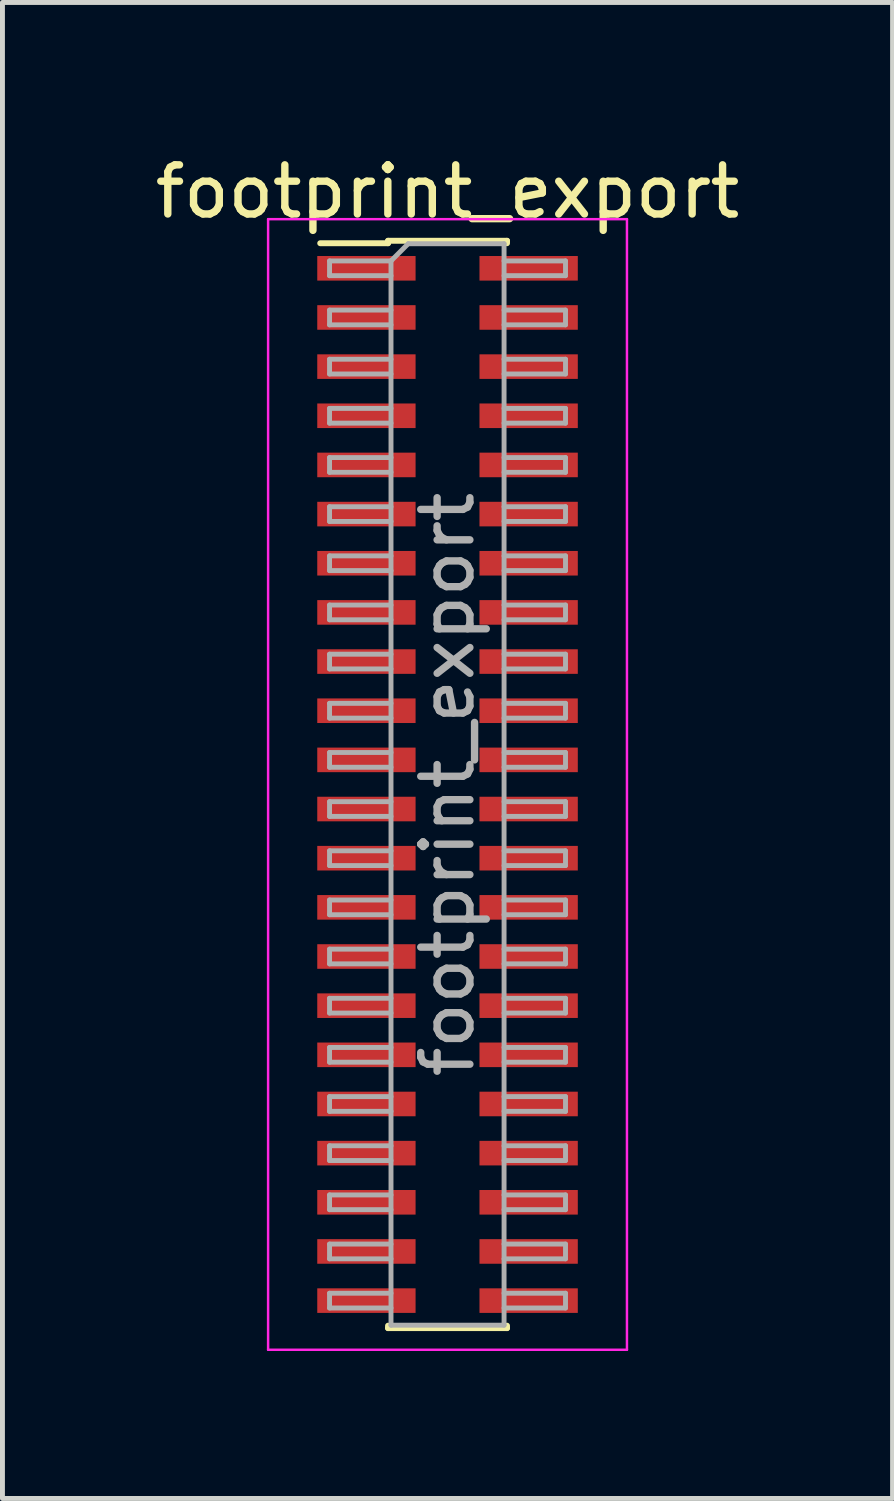
<source format=kicad_pcb>
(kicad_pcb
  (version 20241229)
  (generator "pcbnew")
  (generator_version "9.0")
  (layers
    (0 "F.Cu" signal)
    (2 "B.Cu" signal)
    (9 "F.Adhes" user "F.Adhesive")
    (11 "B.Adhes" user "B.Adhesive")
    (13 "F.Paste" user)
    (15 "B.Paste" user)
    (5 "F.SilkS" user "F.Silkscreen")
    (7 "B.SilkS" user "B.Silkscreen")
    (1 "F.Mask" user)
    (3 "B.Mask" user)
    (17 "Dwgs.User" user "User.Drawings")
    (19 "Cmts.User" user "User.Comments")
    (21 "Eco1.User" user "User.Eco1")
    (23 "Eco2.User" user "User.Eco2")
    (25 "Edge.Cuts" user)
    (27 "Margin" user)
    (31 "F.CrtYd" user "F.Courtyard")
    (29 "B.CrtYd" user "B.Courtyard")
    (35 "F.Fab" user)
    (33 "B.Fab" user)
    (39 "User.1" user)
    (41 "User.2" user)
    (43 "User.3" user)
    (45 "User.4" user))
  (footprint "footprint_export"
    (layer "F.Cu")
    (at 6.054 12.908)
    (property "Reference" "footprint_export" (at 0 -12.06 0) (layer "F.SilkS") (effects (font (size 1 1) (thickness 0.15))))
    (attr smd)
    (fp_line (start -2.59 -11.01) (end -1.21 -11.01) (stroke (width 0.12) (type solid)) (layer "F.SilkS"))
    (fp_line (start -1.21 -11.06) (end -1.21 -11.01) (stroke (width 0.12) (type solid)) (layer "F.SilkS"))
    (fp_line (start -1.21 -11.06) (end 1.21 -11.06) (stroke (width 0.12) (type solid)) (layer "F.SilkS"))
    (fp_line (start -1.21 11.01) (end -1.21 11.06) (stroke (width 0.12) (type solid)) (layer "F.SilkS"))
    (fp_line (start -1.21 11.06) (end 1.21 11.06) (stroke (width 0.12) (type solid)) (layer "F.SilkS"))
    (fp_line (start 1.21 -11.06) (end 1.21 -11.01) (stroke (width 0.12) (type solid)) (layer "F.SilkS"))
    (fp_line (start 1.21 11.01) (end 1.21 11.06) (stroke (width 0.12) (type solid)) (layer "F.SilkS"))
    (fp_line (start -3.65 -11.5) (end -3.65 11.5) (stroke (width 0.05) (type solid)) (layer "F.CrtYd"))
    (fp_line (start -3.65 11.5) (end 3.65 11.5) (stroke (width 0.05) (type solid)) (layer "F.CrtYd"))
    (fp_line (start 3.65 -11.5) (end -3.65 -11.5) (stroke (width 0.05) (type solid)) (layer "F.CrtYd"))
    (fp_line (start 3.65 11.5) (end 3.65 -11.5) (stroke (width 0.05) (type solid)) (layer "F.CrtYd"))
    (fp_line (start -2.4 -10.65) (end -2.4 -10.35) (stroke (width 0.1) (type solid)) (layer "F.Fab"))
    (fp_line (start -2.4 -10.35) (end -1.15 -10.35) (stroke (width 0.1) (type solid)) (layer "F.Fab"))
    (fp_line (start -2.4 -9.65) (end -2.4 -9.35) (stroke (width 0.1) (type solid)) (layer "F.Fab"))
    (fp_line (start -2.4 -9.35) (end -1.15 -9.35) (stroke (width 0.1) (type solid)) (layer "F.Fab"))
    (fp_line (start -2.4 -8.65) (end -2.4 -8.35) (stroke (width 0.1) (type solid)) (layer "F.Fab"))
    (fp_line (start -2.4 -8.35) (end -1.15 -8.35) (stroke (width 0.1) (type solid)) (layer "F.Fab"))
    (fp_line (start -2.4 -7.65) (end -2.4 -7.35) (stroke (width 0.1) (type solid)) (layer "F.Fab"))
    (fp_line (start -2.4 -7.35) (end -1.15 -7.35) (stroke (width 0.1) (type solid)) (layer "F.Fab"))
    (fp_line (start -2.4 -6.65) (end -2.4 -6.35) (stroke (width 0.1) (type solid)) (layer "F.Fab"))
    (fp_line (start -2.4 -6.35) (end -1.15 -6.35) (stroke (width 0.1) (type solid)) (layer "F.Fab"))
    (fp_line (start -2.4 -5.65) (end -2.4 -5.35) (stroke (width 0.1) (type solid)) (layer "F.Fab"))
    (fp_line (start -2.4 -5.35) (end -1.15 -5.35) (stroke (width 0.1) (type solid)) (layer "F.Fab"))
    (fp_line (start -2.4 -4.65) (end -2.4 -4.35) (stroke (width 0.1) (type solid)) (layer "F.Fab"))
    (fp_line (start -2.4 -4.35) (end -1.15 -4.35) (stroke (width 0.1) (type solid)) (layer "F.Fab"))
    (fp_line (start -2.4 -3.65) (end -2.4 -3.35) (stroke (width 0.1) (type solid)) (layer "F.Fab"))
    (fp_line (start -2.4 -3.35) (end -1.15 -3.35) (stroke (width 0.1) (type solid)) (layer "F.Fab"))
    (fp_line (start -2.4 -2.65) (end -2.4 -2.35) (stroke (width 0.1) (type solid)) (layer "F.Fab"))
    (fp_line (start -2.4 -2.35) (end -1.15 -2.35) (stroke (width 0.1) (type solid)) (layer "F.Fab"))
    (fp_line (start -2.4 -1.65) (end -2.4 -1.35) (stroke (width 0.1) (type solid)) (layer "F.Fab"))
    (fp_line (start -2.4 -1.35) (end -1.15 -1.35) (stroke (width 0.1) (type solid)) (layer "F.Fab"))
    (fp_line (start -2.4 -0.65) (end -2.4 -0.35) (stroke (width 0.1) (type solid)) (layer "F.Fab"))
    (fp_line (start -2.4 -0.35) (end -1.15 -0.35) (stroke (width 0.1) (type solid)) (layer "F.Fab"))
    (fp_line (start -2.4 0.35) (end -2.4 0.65) (stroke (width 0.1) (type solid)) (layer "F.Fab"))
    (fp_line (start -2.4 0.65) (end -1.15 0.65) (stroke (width 0.1) (type solid)) (layer "F.Fab"))
    (fp_line (start -2.4 1.35) (end -2.4 1.65) (stroke (width 0.1) (type solid)) (layer "F.Fab"))
    (fp_line (start -2.4 1.65) (end -1.15 1.65) (stroke (width 0.1) (type solid)) (layer "F.Fab"))
    (fp_line (start -2.4 2.35) (end -2.4 2.65) (stroke (width 0.1) (type solid)) (layer "F.Fab"))
    (fp_line (start -2.4 2.65) (end -1.15 2.65) (stroke (width 0.1) (type solid)) (layer "F.Fab"))
    (fp_line (start -2.4 3.35) (end -2.4 3.65) (stroke (width 0.1) (type solid)) (layer "F.Fab"))
    (fp_line (start -2.4 3.65) (end -1.15 3.65) (stroke (width 0.1) (type solid)) (layer "F.Fab"))
    (fp_line (start -2.4 4.35) (end -2.4 4.65) (stroke (width 0.1) (type solid)) (layer "F.Fab"))
    (fp_line (start -2.4 4.65) (end -1.15 4.65) (stroke (width 0.1) (type solid)) (layer "F.Fab"))
    (fp_line (start -2.4 5.35) (end -2.4 5.65) (stroke (width 0.1) (type solid)) (layer "F.Fab"))
    (fp_line (start -2.4 5.65) (end -1.15 5.65) (stroke (width 0.1) (type solid)) (layer "F.Fab"))
    (fp_line (start -2.4 6.35) (end -2.4 6.65) (stroke (width 0.1) (type solid)) (layer "F.Fab"))
    (fp_line (start -2.4 6.65) (end -1.15 6.65) (stroke (width 0.1) (type solid)) (layer "F.Fab"))
    (fp_line (start -2.4 7.35) (end -2.4 7.65) (stroke (width 0.1) (type solid)) (layer "F.Fab"))
    (fp_line (start -2.4 7.65) (end -1.15 7.65) (stroke (width 0.1) (type solid)) (layer "F.Fab"))
    (fp_line (start -2.4 8.35) (end -2.4 8.65) (stroke (width 0.1) (type solid)) (layer "F.Fab"))
    (fp_line (start -2.4 8.65) (end -1.15 8.65) (stroke (width 0.1) (type solid)) (layer "F.Fab"))
    (fp_line (start -2.4 9.35) (end -2.4 9.65) (stroke (width 0.1) (type solid)) (layer "F.Fab"))
    (fp_line (start -2.4 9.65) (end -1.15 9.65) (stroke (width 0.1) (type solid)) (layer "F.Fab"))
    (fp_line (start -2.4 10.35) (end -2.4 10.65) (stroke (width 0.1) (type solid)) (layer "F.Fab"))
    (fp_line (start -2.4 10.65) (end -1.15 10.65) (stroke (width 0.1) (type solid)) (layer "F.Fab"))
    (fp_line (start -1.15 -10.65) (end -2.4 -10.65) (stroke (width 0.1) (type solid)) (layer "F.Fab"))
    (fp_line (start -1.15 -10.65) (end -0.8 -11) (stroke (width 0.1) (type solid)) (layer "F.Fab"))
    (fp_line (start -1.15 -9.65) (end -2.4 -9.65) (stroke (width 0.1) (type solid)) (layer "F.Fab"))
    (fp_line (start -1.15 -8.65) (end -2.4 -8.65) (stroke (width 0.1) (type solid)) (layer "F.Fab"))
    (fp_line (start -1.15 -7.65) (end -2.4 -7.65) (stroke (width 0.1) (type solid)) (layer "F.Fab"))
    (fp_line (start -1.15 -6.65) (end -2.4 -6.65) (stroke (width 0.1) (type solid)) (layer "F.Fab"))
    (fp_line (start -1.15 -5.65) (end -2.4 -5.65) (stroke (width 0.1) (type solid)) (layer "F.Fab"))
    (fp_line (start -1.15 -4.65) (end -2.4 -4.65) (stroke (width 0.1) (type solid)) (layer "F.Fab"))
    (fp_line (start -1.15 -3.65) (end -2.4 -3.65) (stroke (width 0.1) (type solid)) (layer "F.Fab"))
    (fp_line (start -1.15 -2.65) (end -2.4 -2.65) (stroke (width 0.1) (type solid)) (layer "F.Fab"))
    (fp_line (start -1.15 -1.65) (end -2.4 -1.65) (stroke (width 0.1) (type solid)) (layer "F.Fab"))
    (fp_line (start -1.15 -0.65) (end -2.4 -0.65) (stroke (width 0.1) (type solid)) (layer "F.Fab"))
    (fp_line (start -1.15 0.35) (end -2.4 0.35) (stroke (width 0.1) (type solid)) (layer "F.Fab"))
    (fp_line (start -1.15 1.35) (end -2.4 1.35) (stroke (width 0.1) (type solid)) (layer "F.Fab"))
    (fp_line (start -1.15 2.35) (end -2.4 2.35) (stroke (width 0.1) (type solid)) (layer "F.Fab"))
    (fp_line (start -1.15 3.35) (end -2.4 3.35) (stroke (width 0.1) (type solid)) (layer "F.Fab"))
    (fp_line (start -1.15 4.35) (end -2.4 4.35) (stroke (width 0.1) (type solid)) (layer "F.Fab"))
    (fp_line (start -1.15 5.35) (end -2.4 5.35) (stroke (width 0.1) (type solid)) (layer "F.Fab"))
    (fp_line (start -1.15 6.35) (end -2.4 6.35) (stroke (width 0.1) (type solid)) (layer "F.Fab"))
    (fp_line (start -1.15 7.35) (end -2.4 7.35) (stroke (width 0.1) (type solid)) (layer "F.Fab"))
    (fp_line (start -1.15 8.35) (end -2.4 8.35) (stroke (width 0.1) (type solid)) (layer "F.Fab"))
    (fp_line (start -1.15 9.35) (end -2.4 9.35) (stroke (width 0.1) (type solid)) (layer "F.Fab"))
    (fp_line (start -1.15 10.35) (end -2.4 10.35) (stroke (width 0.1) (type solid)) (layer "F.Fab"))
    (fp_line (start -1.15 11) (end -1.15 -10.65) (stroke (width 0.1) (type solid)) (layer "F.Fab"))
    (fp_line (start -0.8 -11) (end 1.15 -11) (stroke (width 0.1) (type solid)) (layer "F.Fab"))
    (fp_line (start 1.15 -11) (end 1.15 11) (stroke (width 0.1) (type solid)) (layer "F.Fab"))
    (fp_line (start 1.15 -10.65) (end 2.4 -10.65) (stroke (width 0.1) (type solid)) (layer "F.Fab"))
    (fp_line (start 1.15 -9.65) (end 2.4 -9.65) (stroke (width 0.1) (type solid)) (layer "F.Fab"))
    (fp_line (start 1.15 -8.65) (end 2.4 -8.65) (stroke (width 0.1) (type solid)) (layer "F.Fab"))
    (fp_line (start 1.15 -7.65) (end 2.4 -7.65) (stroke (width 0.1) (type solid)) (layer "F.Fab"))
    (fp_line (start 1.15 -6.65) (end 2.4 -6.65) (stroke (width 0.1) (type solid)) (layer "F.Fab"))
    (fp_line (start 1.15 -5.65) (end 2.4 -5.65) (stroke (width 0.1) (type solid)) (layer "F.Fab"))
    (fp_line (start 1.15 -4.65) (end 2.4 -4.65) (stroke (width 0.1) (type solid)) (layer "F.Fab"))
    (fp_line (start 1.15 -3.65) (end 2.4 -3.65) (stroke (width 0.1) (type solid)) (layer "F.Fab"))
    (fp_line (start 1.15 -2.65) (end 2.4 -2.65) (stroke (width 0.1) (type solid)) (layer "F.Fab"))
    (fp_line (start 1.15 -1.65) (end 2.4 -1.65) (stroke (width 0.1) (type solid)) (layer "F.Fab"))
    (fp_line (start 1.15 -0.65) (end 2.4 -0.65) (stroke (width 0.1) (type solid)) (layer "F.Fab"))
    (fp_line (start 1.15 0.35) (end 2.4 0.35) (stroke (width 0.1) (type solid)) (layer "F.Fab"))
    (fp_line (start 1.15 1.35) (end 2.4 1.35) (stroke (width 0.1) (type solid)) (layer "F.Fab"))
    (fp_line (start 1.15 2.35) (end 2.4 2.35) (stroke (width 0.1) (type solid)) (layer "F.Fab"))
    (fp_line (start 1.15 3.35) (end 2.4 3.35) (stroke (width 0.1) (type solid)) (layer "F.Fab"))
    (fp_line (start 1.15 4.35) (end 2.4 4.35) (stroke (width 0.1) (type solid)) (layer "F.Fab"))
    (fp_line (start 1.15 5.35) (end 2.4 5.35) (stroke (width 0.1) (type solid)) (layer "F.Fab"))
    (fp_line (start 1.15 6.35) (end 2.4 6.35) (stroke (width 0.1) (type solid)) (layer "F.Fab"))
    (fp_line (start 1.15 7.35) (end 2.4 7.35) (stroke (width 0.1) (type solid)) (layer "F.Fab"))
    (fp_line (start 1.15 8.35) (end 2.4 8.35) (stroke (width 0.1) (type solid)) (layer "F.Fab"))
    (fp_line (start 1.15 9.35) (end 2.4 9.35) (stroke (width 0.1) (type solid)) (layer "F.Fab"))
    (fp_line (start 1.15 10.35) (end 2.4 10.35) (stroke (width 0.1) (type solid)) (layer "F.Fab"))
    (fp_line (start 1.15 11) (end -1.15 11) (stroke (width 0.1) (type solid)) (layer "F.Fab"))
    (fp_line (start 2.4 -10.65) (end 2.4 -10.35) (stroke (width 0.1) (type solid)) (layer "F.Fab"))
    (fp_line (start 2.4 -10.35) (end 1.15 -10.35) (stroke (width 0.1) (type solid)) (layer "F.Fab"))
    (fp_line (start 2.4 -9.65) (end 2.4 -9.35) (stroke (width 0.1) (type solid)) (layer "F.Fab"))
    (fp_line (start 2.4 -9.35) (end 1.15 -9.35) (stroke (width 0.1) (type solid)) (layer "F.Fab"))
    (fp_line (start 2.4 -8.65) (end 2.4 -8.35) (stroke (width 0.1) (type solid)) (layer "F.Fab"))
    (fp_line (start 2.4 -8.35) (end 1.15 -8.35) (stroke (width 0.1) (type solid)) (layer "F.Fab"))
    (fp_line (start 2.4 -7.65) (end 2.4 -7.35) (stroke (width 0.1) (type solid)) (layer "F.Fab"))
    (fp_line (start 2.4 -7.35) (end 1.15 -7.35) (stroke (width 0.1) (type solid)) (layer "F.Fab"))
    (fp_line (start 2.4 -6.65) (end 2.4 -6.35) (stroke (width 0.1) (type solid)) (layer "F.Fab"))
    (fp_line (start 2.4 -6.35) (end 1.15 -6.35) (stroke (width 0.1) (type solid)) (layer "F.Fab"))
    (fp_line (start 2.4 -5.65) (end 2.4 -5.35) (stroke (width 0.1) (type solid)) (layer "F.Fab"))
    (fp_line (start 2.4 -5.35) (end 1.15 -5.35) (stroke (width 0.1) (type solid)) (layer "F.Fab"))
    (fp_line (start 2.4 -4.65) (end 2.4 -4.35) (stroke (width 0.1) (type solid)) (layer "F.Fab"))
    (fp_line (start 2.4 -4.35) (end 1.15 -4.35) (stroke (width 0.1) (type solid)) (layer "F.Fab"))
    (fp_line (start 2.4 -3.65) (end 2.4 -3.35) (stroke (width 0.1) (type solid)) (layer "F.Fab"))
    (fp_line (start 2.4 -3.35) (end 1.15 -3.35) (stroke (width 0.1) (type solid)) (layer "F.Fab"))
    (fp_line (start 2.4 -2.65) (end 2.4 -2.35) (stroke (width 0.1) (type solid)) (layer "F.Fab"))
    (fp_line (start 2.4 -2.35) (end 1.15 -2.35) (stroke (width 0.1) (type solid)) (layer "F.Fab"))
    (fp_line (start 2.4 -1.65) (end 2.4 -1.35) (stroke (width 0.1) (type solid)) (layer "F.Fab"))
    (fp_line (start 2.4 -1.35) (end 1.15 -1.35) (stroke (width 0.1) (type solid)) (layer "F.Fab"))
    (fp_line (start 2.4 -0.65) (end 2.4 -0.35) (stroke (width 0.1) (type solid)) (layer "F.Fab"))
    (fp_line (start 2.4 -0.35) (end 1.15 -0.35) (stroke (width 0.1) (type solid)) (layer "F.Fab"))
    (fp_line (start 2.4 0.35) (end 2.4 0.65) (stroke (width 0.1) (type solid)) (layer "F.Fab"))
    (fp_line (start 2.4 0.65) (end 1.15 0.65) (stroke (width 0.1) (type solid)) (layer "F.Fab"))
    (fp_line (start 2.4 1.35) (end 2.4 1.65) (stroke (width 0.1) (type solid)) (layer "F.Fab"))
    (fp_line (start 2.4 1.65) (end 1.15 1.65) (stroke (width 0.1) (type solid)) (layer "F.Fab"))
    (fp_line (start 2.4 2.35) (end 2.4 2.65) (stroke (width 0.1) (type solid)) (layer "F.Fab"))
    (fp_line (start 2.4 2.65) (end 1.15 2.65) (stroke (width 0.1) (type solid)) (layer "F.Fab"))
    (fp_line (start 2.4 3.35) (end 2.4 3.65) (stroke (width 0.1) (type solid)) (layer "F.Fab"))
    (fp_line (start 2.4 3.65) (end 1.15 3.65) (stroke (width 0.1) (type solid)) (layer "F.Fab"))
    (fp_line (start 2.4 4.35) (end 2.4 4.65) (stroke (width 0.1) (type solid)) (layer "F.Fab"))
    (fp_line (start 2.4 4.65) (end 1.15 4.65) (stroke (width 0.1) (type solid)) (layer "F.Fab"))
    (fp_line (start 2.4 5.35) (end 2.4 5.65) (stroke (width 0.1) (type solid)) (layer "F.Fab"))
    (fp_line (start 2.4 5.65) (end 1.15 5.65) (stroke (width 0.1) (type solid)) (layer "F.Fab"))
    (fp_line (start 2.4 6.35) (end 2.4 6.65) (stroke (width 0.1) (type solid)) (layer "F.Fab"))
    (fp_line (start 2.4 6.65) (end 1.15 6.65) (stroke (width 0.1) (type solid)) (layer "F.Fab"))
    (fp_line (start 2.4 7.35) (end 2.4 7.65) (stroke (width 0.1) (type solid)) (layer "F.Fab"))
    (fp_line (start 2.4 7.65) (end 1.15 7.65) (stroke (width 0.1) (type solid)) (layer "F.Fab"))
    (fp_line (start 2.4 8.35) (end 2.4 8.65) (stroke (width 0.1) (type solid)) (layer "F.Fab"))
    (fp_line (start 2.4 8.65) (end 1.15 8.65) (stroke (width 0.1) (type solid)) (layer "F.Fab"))
    (fp_line (start 2.4 9.35) (end 2.4 9.65) (stroke (width 0.1) (type solid)) (layer "F.Fab"))
    (fp_line (start 2.4 9.65) (end 1.15 9.65) (stroke (width 0.1) (type solid)) (layer "F.Fab"))
    (fp_line (start 2.4 10.35) (end 2.4 10.65) (stroke (width 0.1) (type solid)) (layer "F.Fab"))
    (fp_line (start 2.4 10.65) (end 1.15 10.65) (stroke (width 0.1) (type solid)) (layer "F.Fab"))
    (fp_text user "${REFERENCE}" (at 0 0 90) (layer "F.Fab") (effects (font (size 1 1) (thickness 0.15))))
    (pad "1" smd rect (at -1.65 -10.5) (size 2 0.5) (layers "F.Cu" "F.Mask" "F.Paste"))
    (pad "2" smd rect (at 1.65 -10.5) (size 2 0.5) (layers "F.Cu" "F.Mask" "F.Paste"))
    (pad "3" smd rect (at -1.65 -9.5) (size 2 0.5) (layers "F.Cu" "F.Mask" "F.Paste"))
    (pad "4" smd rect (at 1.65 -9.5) (size 2 0.5) (layers "F.Cu" "F.Mask" "F.Paste"))
    (pad "5" smd rect (at -1.65 -8.5) (size 2 0.5) (layers "F.Cu" "F.Mask" "F.Paste"))
    (pad "6" smd rect (at 1.65 -8.5) (size 2 0.5) (layers "F.Cu" "F.Mask" "F.Paste"))
    (pad "7" smd rect (at -1.65 -7.5) (size 2 0.5) (layers "F.Cu" "F.Mask" "F.Paste"))
    (pad "8" smd rect (at 1.65 -7.5) (size 2 0.5) (layers "F.Cu" "F.Mask" "F.Paste"))
    (pad "9" smd rect (at -1.65 -6.5) (size 2 0.5) (layers "F.Cu" "F.Mask" "F.Paste"))
    (pad "10" smd rect (at 1.65 -6.5) (size 2 0.5) (layers "F.Cu" "F.Mask" "F.Paste"))
    (pad "11" smd rect (at -1.65 -5.5) (size 2 0.5) (layers "F.Cu" "F.Mask" "F.Paste"))
    (pad "12" smd rect (at 1.65 -5.5) (size 2 0.5) (layers "F.Cu" "F.Mask" "F.Paste"))
    (pad "13" smd rect (at -1.65 -4.5) (size 2 0.5) (layers "F.Cu" "F.Mask" "F.Paste"))
    (pad "14" smd rect (at 1.65 -4.5) (size 2 0.5) (layers "F.Cu" "F.Mask" "F.Paste"))
    (pad "15" smd rect (at -1.65 -3.5) (size 2 0.5) (layers "F.Cu" "F.Mask" "F.Paste"))
    (pad "16" smd rect (at 1.65 -3.5) (size 2 0.5) (layers "F.Cu" "F.Mask" "F.Paste"))
    (pad "17" smd rect (at -1.65 -2.5) (size 2 0.5) (layers "F.Cu" "F.Mask" "F.Paste"))
    (pad "18" smd rect (at 1.65 -2.5) (size 2 0.5) (layers "F.Cu" "F.Mask" "F.Paste"))
    (pad "19" smd rect (at -1.65 -1.5) (size 2 0.5) (layers "F.Cu" "F.Mask" "F.Paste"))
    (pad "20" smd rect (at 1.65 -1.5) (size 2 0.5) (layers "F.Cu" "F.Mask" "F.Paste"))
    (pad "21" smd rect (at -1.65 -0.5) (size 2 0.5) (layers "F.Cu" "F.Mask" "F.Paste"))
    (pad "22" smd rect (at 1.65 -0.5) (size 2 0.5) (layers "F.Cu" "F.Mask" "F.Paste"))
    (pad "23" smd rect (at -1.65 0.5) (size 2 0.5) (layers "F.Cu" "F.Mask" "F.Paste"))
    (pad "24" smd rect (at 1.65 0.5) (size 2 0.5) (layers "F.Cu" "F.Mask" "F.Paste"))
    (pad "25" smd rect (at -1.65 1.5) (size 2 0.5) (layers "F.Cu" "F.Mask" "F.Paste"))
    (pad "26" smd rect (at 1.65 1.5) (size 2 0.5) (layers "F.Cu" "F.Mask" "F.Paste"))
    (pad "27" smd rect (at -1.65 2.5) (size 2 0.5) (layers "F.Cu" "F.Mask" "F.Paste"))
    (pad "28" smd rect (at 1.65 2.5) (size 2 0.5) (layers "F.Cu" "F.Mask" "F.Paste"))
    (pad "29" smd rect (at -1.65 3.5) (size 2 0.5) (layers "F.Cu" "F.Mask" "F.Paste"))
    (pad "30" smd rect (at 1.65 3.5) (size 2 0.5) (layers "F.Cu" "F.Mask" "F.Paste"))
    (pad "31" smd rect (at -1.65 4.5) (size 2 0.5) (layers "F.Cu" "F.Mask" "F.Paste"))
    (pad "32" smd rect (at 1.65 4.5) (size 2 0.5) (layers "F.Cu" "F.Mask" "F.Paste"))
    (pad "33" smd rect (at -1.65 5.5) (size 2 0.5) (layers "F.Cu" "F.Mask" "F.Paste"))
    (pad "34" smd rect (at 1.65 5.5) (size 2 0.5) (layers "F.Cu" "F.Mask" "F.Paste"))
    (pad "35" smd rect (at -1.65 6.5) (size 2 0.5) (layers "F.Cu" "F.Mask" "F.Paste"))
    (pad "36" smd rect (at 1.65 6.5) (size 2 0.5) (layers "F.Cu" "F.Mask" "F.Paste"))
    (pad "37" smd rect (at -1.65 7.5) (size 2 0.5) (layers "F.Cu" "F.Mask" "F.Paste"))
    (pad "38" smd rect (at 1.65 7.5) (size 2 0.5) (layers "F.Cu" "F.Mask" "F.Paste"))
    (pad "39" smd rect (at -1.65 8.5) (size 2 0.5) (layers "F.Cu" "F.Mask" "F.Paste"))
    (pad "40" smd rect (at 1.65 8.5) (size 2 0.5) (layers "F.Cu" "F.Mask" "F.Paste"))
    (pad "41" smd rect (at -1.65 9.5) (size 2 0.5) (layers "F.Cu" "F.Mask" "F.Paste"))
    (pad "42" smd rect (at 1.65 9.5) (size 2 0.5) (layers "F.Cu" "F.Mask" "F.Paste"))
    (pad "43" smd rect (at -1.65 10.5) (size 2 0.5) (layers "F.Cu" "F.Mask" "F.Paste"))
    (pad "44" smd rect (at 1.65 10.5) (size 2 0.5) (layers "F.Cu" "F.Mask" "F.Paste")))
  (gr_rect
    (start -3 -3)
    (end 15.107 27.433)
    (stroke (width 0.1) (type default))
    (fill no)
    (layer "Edge.Cuts")))
</source>
